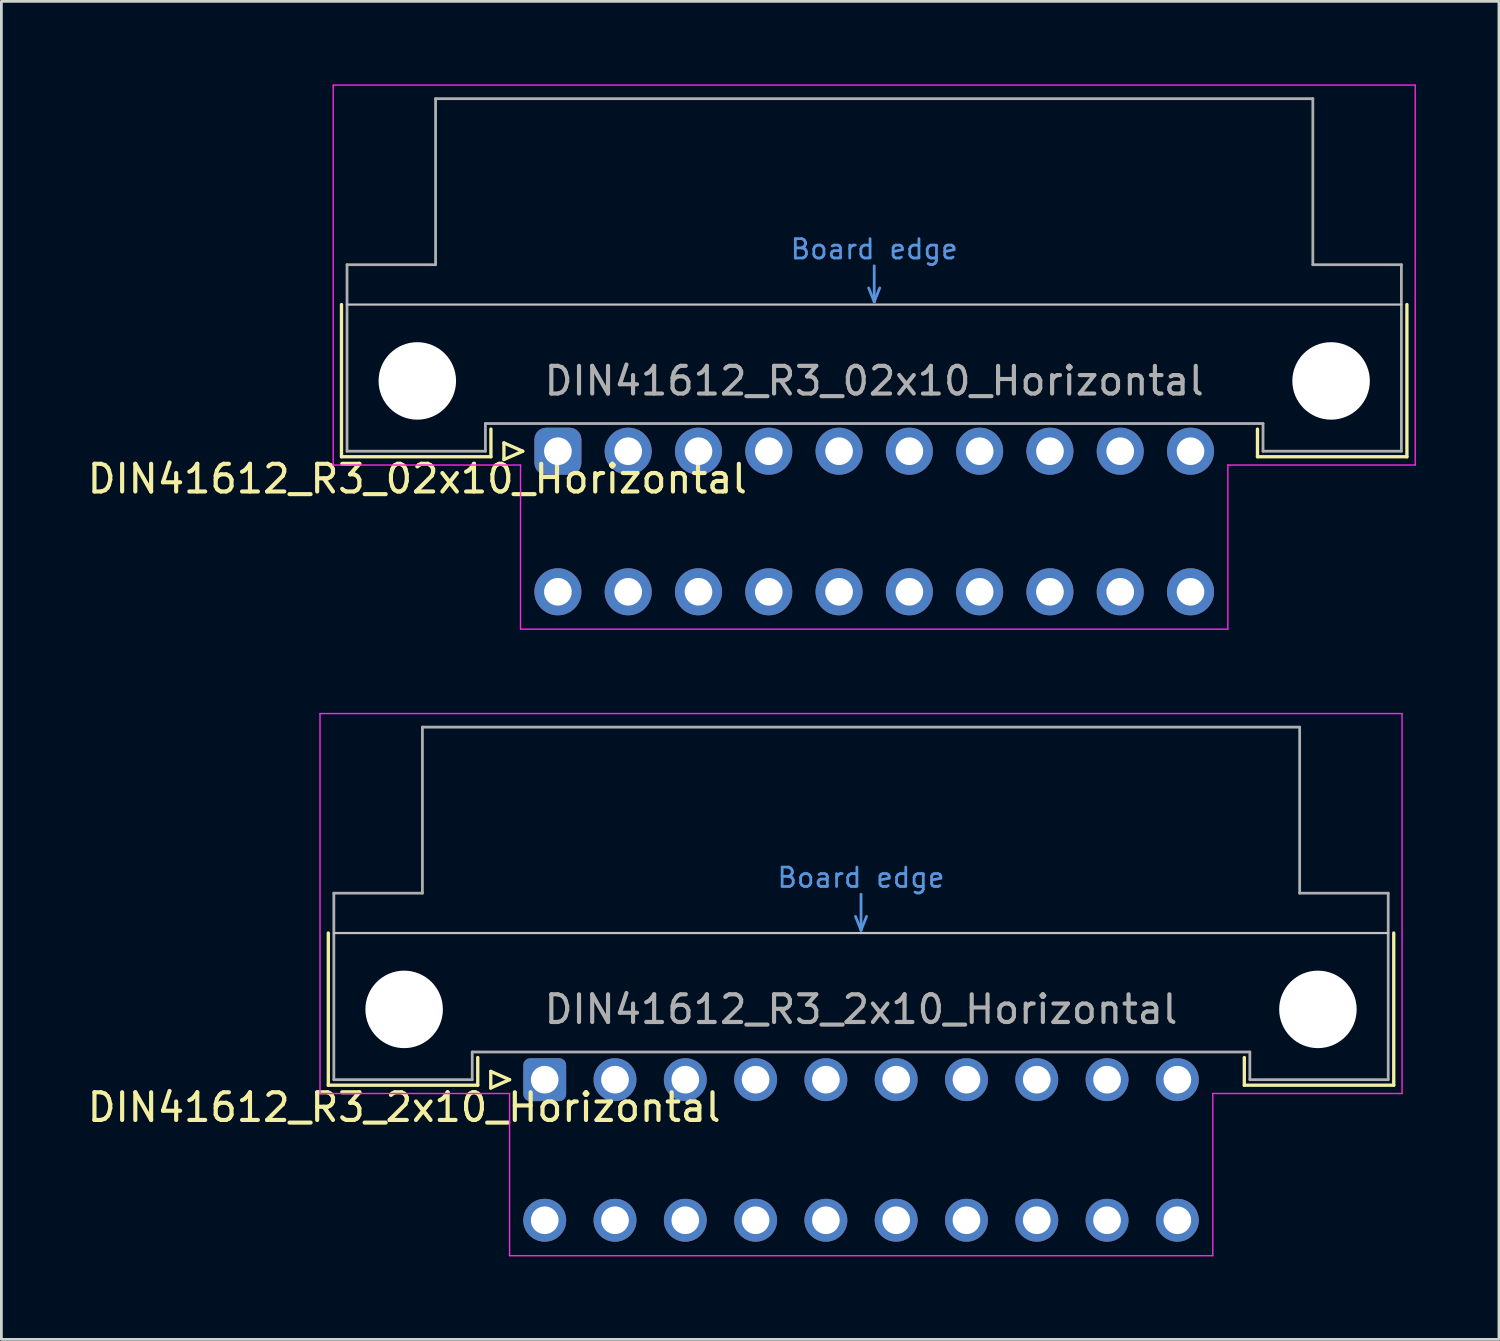
<source format=kicad_pcb>
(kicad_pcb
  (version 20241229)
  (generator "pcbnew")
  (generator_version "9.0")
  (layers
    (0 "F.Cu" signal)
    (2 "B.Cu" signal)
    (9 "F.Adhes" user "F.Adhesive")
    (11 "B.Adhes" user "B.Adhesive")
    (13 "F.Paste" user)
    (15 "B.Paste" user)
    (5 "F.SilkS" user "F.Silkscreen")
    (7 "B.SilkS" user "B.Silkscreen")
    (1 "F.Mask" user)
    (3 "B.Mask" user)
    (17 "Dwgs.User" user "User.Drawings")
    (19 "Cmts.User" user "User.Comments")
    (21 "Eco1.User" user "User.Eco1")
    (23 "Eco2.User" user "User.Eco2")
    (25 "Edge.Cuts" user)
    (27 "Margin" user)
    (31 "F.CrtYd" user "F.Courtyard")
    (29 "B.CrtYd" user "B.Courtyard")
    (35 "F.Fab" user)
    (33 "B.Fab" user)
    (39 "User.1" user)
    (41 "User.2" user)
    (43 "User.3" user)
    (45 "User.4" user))
  (footprint "DIN41612_R3_02x10_Horizontal"
    (layer "F.Cu")
    (at 17.11 13.255)
    (property "Reference" "DIN41612_R3_02x10_Horizontal" (at -5.08 1 0) (layer "F.SilkS") (effects (font (size 1 1) (thickness 0.15))))
    (attr through_hole)
    (fp_line (start -7.82 -5.3) (end -7.82 0.2) (stroke (width 0.12) (type solid)) (layer "F.SilkS"))
    (fp_line (start -7.82 0.2) (end -2.42 0.2) (stroke (width 0.12) (type solid)) (layer "F.SilkS"))
    (fp_line (start -2.42 0.2) (end -2.42 -0.8) (stroke (width 0.12) (type solid)) (layer "F.SilkS"))
    (fp_line (start -1.95 -0.3) (end -1.95 0.3) (stroke (width 0.12) (type solid)) (layer "F.SilkS"))
    (fp_line (start -1.95 0.3) (end -1.27 0) (stroke (width 0.12) (type solid)) (layer "F.SilkS"))
    (fp_line (start -1.27 0) (end -1.95 -0.3) (stroke (width 0.12) (type solid)) (layer "F.SilkS"))
    (fp_line (start 25.28 0.2) (end 25.28 -0.8) (stroke (width 0.12) (type solid)) (layer "F.SilkS"))
    (fp_line (start 30.68 -5.3) (end 30.68 0.2) (stroke (width 0.12) (type solid)) (layer "F.SilkS"))
    (fp_line (start 30.68 0.2) (end 25.28 0.2) (stroke (width 0.12) (type solid)) (layer "F.SilkS"))
    (fp_line (start -7.62 -5.3) (end 30.48 -5.3) (stroke (width 0.08) (type solid)) (layer "Dwgs.User"))
    (fp_line (start 11.23 -5.9) (end 11.43 -5.4) (stroke (width 0.1) (type solid)) (layer "Cmts.User"))
    (fp_line (start 11.43 -5.4) (end 11.43 -6.7) (stroke (width 0.1) (type solid)) (layer "Cmts.User"))
    (fp_line (start 11.43 -5.4) (end 11.63 -5.9) (stroke (width 0.1) (type solid)) (layer "Cmts.User"))
    (fp_line (start -8.12 -13.23) (end -8.12 0.5) (stroke (width 0.05) (type solid)) (layer "F.CrtYd"))
    (fp_line (start -8.12 0.5) (end -1.35 0.5) (stroke (width 0.05) (type solid)) (layer "F.CrtYd"))
    (fp_line (start -1.35 0.5) (end -1.35 6.43) (stroke (width 0.05) (type solid)) (layer "F.CrtYd"))
    (fp_line (start -1.35 6.43) (end 24.21 6.43) (stroke (width 0.05) (type solid)) (layer "F.CrtYd"))
    (fp_line (start 24.21 0.5) (end 30.98 0.5) (stroke (width 0.05) (type solid)) (layer "F.CrtYd"))
    (fp_line (start 24.21 6.43) (end 24.21 0.5) (stroke (width 0.05) (type solid)) (layer "F.CrtYd"))
    (fp_line (start 30.98 -13.23) (end -8.12 -13.23) (stroke (width 0.05) (type solid)) (layer "F.CrtYd"))
    (fp_line (start 30.98 0.5) (end 30.98 -13.23) (stroke (width 0.05) (type solid)) (layer "F.CrtYd"))
    (fp_line (start -7.62 -6.74) (end -7.62 0) (stroke (width 0.1) (type solid)) (layer "F.Fab"))
    (fp_line (start -7.62 0) (end -2.62 0) (stroke (width 0.1) (type solid)) (layer "F.Fab"))
    (fp_line (start -4.42 -12.74) (end -4.42 -6.74) (stroke (width 0.1) (type solid)) (layer "F.Fab"))
    (fp_line (start -4.42 -6.74) (end -7.62 -6.74) (stroke (width 0.1) (type solid)) (layer "F.Fab"))
    (fp_line (start -2.62 -1) (end 25.48 -1) (stroke (width 0.1) (type solid)) (layer "F.Fab"))
    (fp_line (start -2.62 0) (end -2.62 -1) (stroke (width 0.1) (type solid)) (layer "F.Fab"))
    (fp_line (start 25.48 -1) (end 25.48 0) (stroke (width 0.1) (type solid)) (layer "F.Fab"))
    (fp_line (start 25.48 0) (end 30.48 0) (stroke (width 0.1) (type solid)) (layer "F.Fab"))
    (fp_line (start 27.28 -12.74) (end -4.42 -12.74) (stroke (width 0.1) (type solid)) (layer "F.Fab"))
    (fp_line (start 27.28 -6.74) (end 27.28 -12.74) (stroke (width 0.1) (type solid)) (layer "F.Fab"))
    (fp_line (start 30.48 -6.74) (end 27.28 -6.74) (stroke (width 0.1) (type solid)) (layer "F.Fab"))
    (fp_line (start 30.48 0) (end 30.48 -6.74) (stroke (width 0.1) (type solid)) (layer "F.Fab"))
    (fp_text user "Board edge" (at 11.43 -7.3 0) (layer "Cmts.User") (effects (font (size 0.7 0.7) (thickness 0.1))))
    (fp_text user "${REFERENCE}" (at 11.43 -2.54 0) (layer "F.Fab") (effects (font (size 1 1) (thickness 0.15))))
    (pad "" np_thru_hole circle (at -5.08 -2.54) (size 2.8 2.8) (drill 2.8) (layers "*.Cu" "*.Mask"))
    (pad "" np_thru_hole circle (at 27.94 -2.54) (size 2.8 2.8) (drill 2.8) (layers "*.Cu" "*.Mask"))
    (pad "a1" thru_hole roundrect (at 0 0) (size 1.7 1.7) (drill 1) (layers "*.Cu" "*.Mask") (roundrect_rratio 0.25))
    (pad "a2" thru_hole circle (at 2.54 0) (size 1.7 1.7) (drill 1) (layers "*.Cu" "*.Mask"))
    (pad "a3" thru_hole circle (at 5.08 0) (size 1.7 1.7) (drill 1) (layers "*.Cu" "*.Mask"))
    (pad "a4" thru_hole circle (at 7.62 0) (size 1.7 1.7) (drill 1) (layers "*.Cu" "*.Mask"))
    (pad "a5" thru_hole circle (at 10.16 0) (size 1.7 1.7) (drill 1) (layers "*.Cu" "*.Mask"))
    (pad "a6" thru_hole circle (at 12.7 0) (size 1.7 1.7) (drill 1) (layers "*.Cu" "*.Mask"))
    (pad "a7" thru_hole circle (at 15.24 0) (size 1.7 1.7) (drill 1) (layers "*.Cu" "*.Mask"))
    (pad "a8" thru_hole circle (at 17.78 0) (size 1.7 1.7) (drill 1) (layers "*.Cu" "*.Mask"))
    (pad "a9" thru_hole circle (at 20.32 0) (size 1.7 1.7) (drill 1) (layers "*.Cu" "*.Mask"))
    (pad "a10" thru_hole circle (at 22.86 0) (size 1.7 1.7) (drill 1) (layers "*.Cu" "*.Mask"))
    (pad "c1" thru_hole circle (at 0 5.08) (size 1.7 1.7) (drill 1) (layers "*.Cu" "*.Mask"))
    (pad "c2" thru_hole circle (at 2.54 5.08) (size 1.7 1.7) (drill 1) (layers "*.Cu" "*.Mask"))
    (pad "c3" thru_hole circle (at 5.08 5.08) (size 1.7 1.7) (drill 1) (layers "*.Cu" "*.Mask"))
    (pad "c4" thru_hole circle (at 7.62 5.08) (size 1.7 1.7) (drill 1) (layers "*.Cu" "*.Mask"))
    (pad "c5" thru_hole circle (at 10.16 5.08) (size 1.7 1.7) (drill 1) (layers "*.Cu" "*.Mask"))
    (pad "c6" thru_hole circle (at 12.7 5.08) (size 1.7 1.7) (drill 1) (layers "*.Cu" "*.Mask"))
    (pad "c7" thru_hole circle (at 15.24 5.08) (size 1.7 1.7) (drill 1) (layers "*.Cu" "*.Mask"))
    (pad "c8" thru_hole circle (at 17.78 5.08) (size 1.7 1.7) (drill 1) (layers "*.Cu" "*.Mask"))
    (pad "c9" thru_hole circle (at 20.32 5.08) (size 1.7 1.7) (drill 1) (layers "*.Cu" "*.Mask"))
    (pad "c10" thru_hole circle (at 22.86 5.08) (size 1.7 1.7) (drill 1) (layers "*.Cu" "*.Mask")))
  (footprint "DIN41612_R3_2x10_Horizontal"
    (layer "F.Cu")
    (at 16.634 35.965)
    (property "Reference" "DIN41612_R3_2x10_Horizontal" (at -5.08 1 0) (layer "F.SilkS") (effects (font (size 1 1) (thickness 0.15))))
    (attr through_hole)
    (fp_line (start -7.82 -5.3) (end -7.82 0.2) (stroke (width 0.12) (type solid)) (layer "F.SilkS"))
    (fp_line (start -7.82 0.2) (end -2.42 0.2) (stroke (width 0.12) (type solid)) (layer "F.SilkS"))
    (fp_line (start -2.42 0.2) (end -2.42 -0.8) (stroke (width 0.12) (type solid)) (layer "F.SilkS"))
    (fp_line (start -1.95 -0.3) (end -1.95 0.3) (stroke (width 0.12) (type solid)) (layer "F.SilkS"))
    (fp_line (start -1.95 0.3) (end -1.27 0) (stroke (width 0.12) (type solid)) (layer "F.SilkS"))
    (fp_line (start -1.27 0) (end -1.95 -0.3) (stroke (width 0.12) (type solid)) (layer "F.SilkS"))
    (fp_line (start 25.28 0.2) (end 25.28 -0.8) (stroke (width 0.12) (type solid)) (layer "F.SilkS"))
    (fp_line (start 30.68 -5.3) (end 30.68 0.2) (stroke (width 0.12) (type solid)) (layer "F.SilkS"))
    (fp_line (start 30.68 0.2) (end 25.28 0.2) (stroke (width 0.12) (type solid)) (layer "F.SilkS"))
    (fp_line (start -7.62 -5.3) (end 30.48 -5.3) (stroke (width 0.08) (type solid)) (layer "Dwgs.User"))
    (fp_line (start 11.23 -5.9) (end 11.43 -5.4) (stroke (width 0.1) (type solid)) (layer "Cmts.User"))
    (fp_line (start 11.43 -5.4) (end 11.43 -6.7) (stroke (width 0.1) (type solid)) (layer "Cmts.User"))
    (fp_line (start 11.43 -5.4) (end 11.63 -5.9) (stroke (width 0.1) (type solid)) (layer "Cmts.User"))
    (fp_line (start -8.12 -13.23) (end -8.12 0.5) (stroke (width 0.05) (type solid)) (layer "F.CrtYd"))
    (fp_line (start -8.12 0.5) (end -1.27 0.5) (stroke (width 0.05) (type solid)) (layer "F.CrtYd"))
    (fp_line (start -1.27 0.5) (end -1.27 6.36) (stroke (width 0.05) (type solid)) (layer "F.CrtYd"))
    (fp_line (start -1.27 6.36) (end 24.14 6.36) (stroke (width 0.05) (type solid)) (layer "F.CrtYd"))
    (fp_line (start 24.14 0.5) (end 30.98 0.5) (stroke (width 0.05) (type solid)) (layer "F.CrtYd"))
    (fp_line (start 24.14 6.36) (end 24.14 0.5) (stroke (width 0.05) (type solid)) (layer "F.CrtYd"))
    (fp_line (start 30.98 -13.23) (end -8.12 -13.23) (stroke (width 0.05) (type solid)) (layer "F.CrtYd"))
    (fp_line (start 30.98 0.5) (end 30.98 -13.23) (stroke (width 0.05) (type solid)) (layer "F.CrtYd"))
    (fp_line (start -7.62 -6.74) (end -7.62 0) (stroke (width 0.1) (type solid)) (layer "F.Fab"))
    (fp_line (start -7.62 0) (end -2.62 0) (stroke (width 0.1) (type solid)) (layer "F.Fab"))
    (fp_line (start -4.42 -12.74) (end -4.42 -6.74) (stroke (width 0.1) (type solid)) (layer "F.Fab"))
    (fp_line (start -4.42 -6.74) (end -7.62 -6.74) (stroke (width 0.1) (type solid)) (layer "F.Fab"))
    (fp_line (start -2.62 -1) (end 25.48 -1) (stroke (width 0.1) (type solid)) (layer "F.Fab"))
    (fp_line (start -2.62 0) (end -2.62 -1) (stroke (width 0.1) (type solid)) (layer "F.Fab"))
    (fp_line (start 25.48 -1) (end 25.48 0) (stroke (width 0.1) (type solid)) (layer "F.Fab"))
    (fp_line (start 25.48 0) (end 30.48 0) (stroke (width 0.1) (type solid)) (layer "F.Fab"))
    (fp_line (start 27.28 -12.74) (end -4.42 -12.74) (stroke (width 0.1) (type solid)) (layer "F.Fab"))
    (fp_line (start 27.28 -6.74) (end 27.28 -12.74) (stroke (width 0.1) (type solid)) (layer "F.Fab"))
    (fp_line (start 30.48 -6.74) (end 27.28 -6.74) (stroke (width 0.1) (type solid)) (layer "F.Fab"))
    (fp_line (start 30.48 0) (end 30.48 -6.74) (stroke (width 0.1) (type solid)) (layer "F.Fab"))
    (fp_text user "Board edge" (at 11.43 -7.3 0) (layer "Cmts.User") (effects (font (size 0.7 0.7) (thickness 0.1))))
    (fp_text user "${REFERENCE}" (at 11.43 -2.54 0) (layer "F.Fab") (effects (font (size 1 1) (thickness 0.15))))
    (pad "" np_thru_hole circle (at -5.08 -2.54) (size 2.8 2.8) (drill 2.8) (layers "*.Cu" "*.Mask"))
    (pad "" np_thru_hole circle (at 27.94 -2.54) (size 2.8 2.8) (drill 2.8) (layers "*.Cu" "*.Mask"))
    (pad "a1" thru_hole roundrect (at 0 0) (size 1.55 1.55) (drill 1) (layers "*.Cu" "*.Mask") (roundrect_rratio 0.161))
    (pad "a2" thru_hole circle (at 2.54 0) (size 1.55 1.55) (drill 1) (layers "*.Cu" "*.Mask"))
    (pad "a3" thru_hole circle (at 5.08 0) (size 1.55 1.55) (drill 1) (layers "*.Cu" "*.Mask"))
    (pad "a4" thru_hole circle (at 7.62 0) (size 1.55 1.55) (drill 1) (layers "*.Cu" "*.Mask"))
    (pad "a5" thru_hole circle (at 10.16 0) (size 1.55 1.55) (drill 1) (layers "*.Cu" "*.Mask"))
    (pad "a6" thru_hole circle (at 12.7 0) (size 1.55 1.55) (drill 1) (layers "*.Cu" "*.Mask"))
    (pad "a7" thru_hole circle (at 15.24 0) (size 1.55 1.55) (drill 1) (layers "*.Cu" "*.Mask"))
    (pad "a8" thru_hole circle (at 17.78 0) (size 1.55 1.55) (drill 1) (layers "*.Cu" "*.Mask"))
    (pad "a9" thru_hole circle (at 20.32 0) (size 1.55 1.55) (drill 1) (layers "*.Cu" "*.Mask"))
    (pad "a10" thru_hole circle (at 22.86 0) (size 1.55 1.55) (drill 1) (layers "*.Cu" "*.Mask"))
    (pad "c1" thru_hole circle (at 0 5.08) (size 1.55 1.55) (drill 1) (layers "*.Cu" "*.Mask"))
    (pad "c2" thru_hole circle (at 2.54 5.08) (size 1.55 1.55) (drill 1) (layers "*.Cu" "*.Mask"))
    (pad "c3" thru_hole circle (at 5.08 5.08) (size 1.55 1.55) (drill 1) (layers "*.Cu" "*.Mask"))
    (pad "c4" thru_hole circle (at 7.62 5.08) (size 1.55 1.55) (drill 1) (layers "*.Cu" "*.Mask"))
    (pad "c5" thru_hole circle (at 10.16 5.08) (size 1.55 1.55) (drill 1) (layers "*.Cu" "*.Mask"))
    (pad "c6" thru_hole circle (at 12.7 5.08) (size 1.55 1.55) (drill 1) (layers "*.Cu" "*.Mask"))
    (pad "c7" thru_hole circle (at 15.24 5.08) (size 1.55 1.55) (drill 1) (layers "*.Cu" "*.Mask"))
    (pad "c8" thru_hole circle (at 17.78 5.08) (size 1.55 1.55) (drill 1) (layers "*.Cu" "*.Mask"))
    (pad "c9" thru_hole circle (at 20.32 5.08) (size 1.55 1.55) (drill 1) (layers "*.Cu" "*.Mask"))
    (pad "c10" thru_hole circle (at 22.86 5.08) (size 1.55 1.55) (drill 1) (layers "*.Cu" "*.Mask")))
  (gr_rect
    (start -3 -3)
    (end 51.115 45.35)
    (stroke (width 0.1) (type default))
    (fill no)
    (layer "Edge.Cuts")))
</source>
